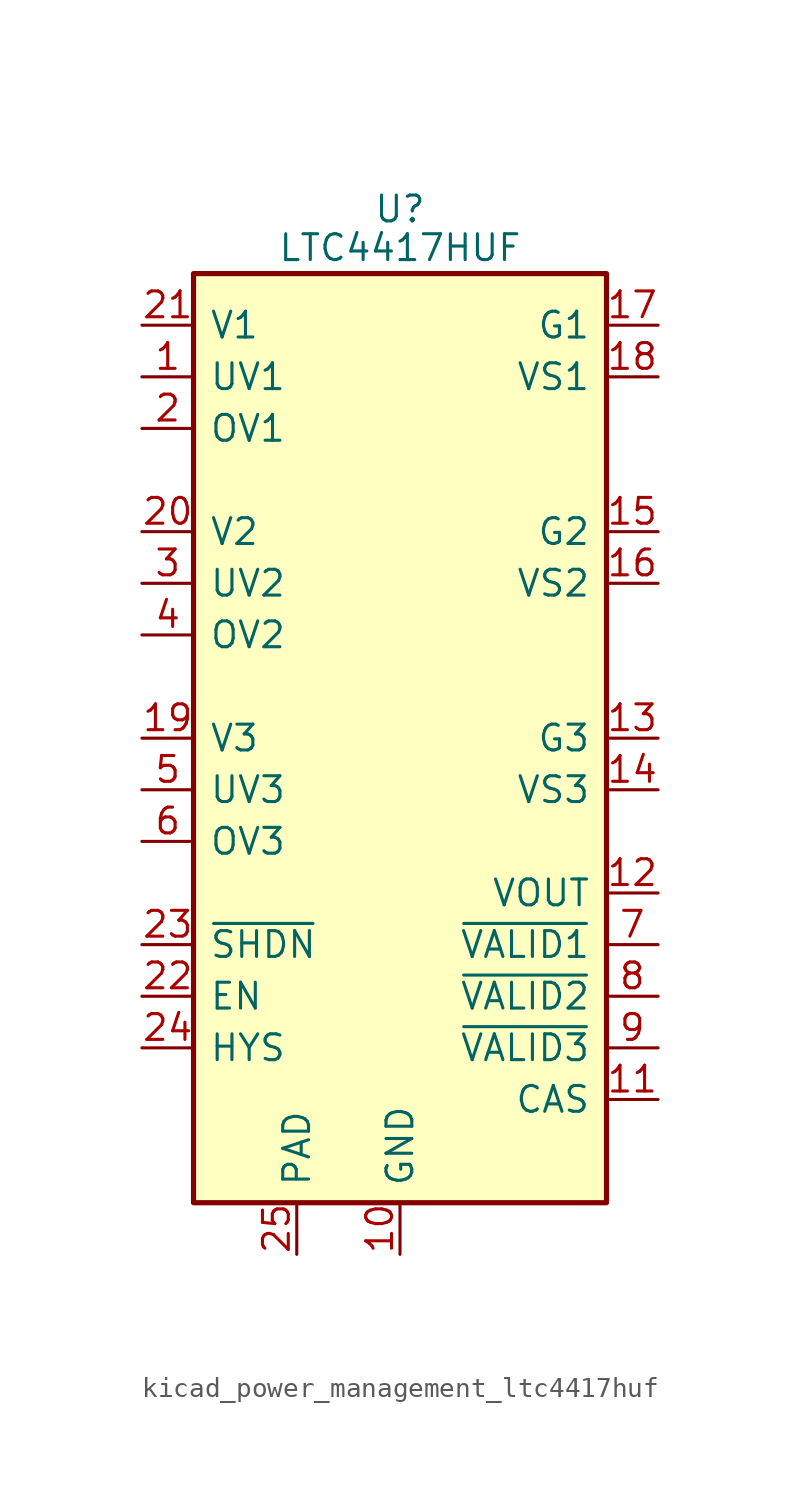
<source format=kicad_sym>
(kicad_symbol_lib
  (version 20220914)
  (generator kicad_symbol_editor)
  (symbol "kicad_power_management_ltc4417huf"
    (pin_names
      (offset 0.762))
    (property "Reference" "U"
      (at 0 26.035 0)
      (effects (font (size 1.27 1.27))))
    (property "Value" "LTC4417HUF"
      (at 0 24.13 0)
      (effects (font (size 1.27 1.27))))
    (symbol "kicad_power_management_ltc4417huf_0_1"
      (rectangle (start -10.16 22.86) (end 10.16 -22.86) (stroke (width 0.254) (type default)) (fill (type background))))
    (symbol "kicad_power_management_ltc4417huf_1_1"
      (pin input line (at -12.7 17.78 0) (length 2.54) (name "UV1" (effects (font (size 1.27 1.27)))) (number "1" (effects (font (size 1.27 1.27)))))
      (pin power_in line (at 0 -25.4 90) (length 2.54) (name "GND" (effects (font (size 1.27 1.27)))) (number "10" (effects (font (size 1.27 1.27)))))
      (pin output line (at 12.7 -17.78 180) (length 2.54) (name "CAS" (effects (font (size 1.27 1.27)))) (number "11" (effects (font (size 1.27 1.27)))))
      (pin output line (at 12.7 -7.62 180) (length 2.54) (name "VOUT" (effects (font (size 1.27 1.27)))) (number "12" (effects (font (size 1.27 1.27)))))
      (pin output line (at 12.7 0 180) (length 2.54) (name "G3" (effects (font (size 1.27 1.27)))) (number "13" (effects (font (size 1.27 1.27)))))
      (pin output line (at 12.7 -2.54 180) (length 2.54) (name "VS3" (effects (font (size 1.27 1.27)))) (number "14" (effects (font (size 1.27 1.27)))))
      (pin output line (at 12.7 10.16 180) (length 2.54) (name "G2" (effects (font (size 1.27 1.27)))) (number "15" (effects (font (size 1.27 1.27)))))
      (pin output line (at 12.7 7.62 180) (length 2.54) (name "VS2" (effects (font (size 1.27 1.27)))) (number "16" (effects (font (size 1.27 1.27)))))
      (pin output line (at 12.7 20.32 180) (length 2.54) (name "G1" (effects (font (size 1.27 1.27)))) (number "17" (effects (font (size 1.27 1.27)))))
      (pin output line (at 12.7 17.78 180) (length 2.54) (name "VS1" (effects (font (size 1.27 1.27)))) (number "18" (effects (font (size 1.27 1.27)))))
      (pin input line (at -12.7 0 0) (length 2.54) (name "V3" (effects (font (size 1.27 1.27)))) (number "19" (effects (font (size 1.27 1.27)))))
      (pin input line (at -12.7 15.24 0) (length 2.54) (name "OV1" (effects (font (size 1.27 1.27)))) (number "2" (effects (font (size 1.27 1.27)))))
      (pin input line (at -12.7 10.16 0) (length 2.54) (name "V2" (effects (font (size 1.27 1.27)))) (number "20" (effects (font (size 1.27 1.27)))))
      (pin input line (at -12.7 20.32 0) (length 2.54) (name "V1" (effects (font (size 1.27 1.27)))) (number "21" (effects (font (size 1.27 1.27)))))
      (pin input line (at -12.7 -12.7 0) (length 2.54) (name "EN" (effects (font (size 1.27 1.27)))) (number "22" (effects (font (size 1.27 1.27)))))
      (pin input line (at -12.7 -10.16 0) (length 2.54) (name "~{SHDN}" (effects (font (size 1.27 1.27)))) (number "23" (effects (font (size 1.27 1.27)))))
      (pin input line (at -12.7 -15.24 0) (length 2.54) (name "HYS" (effects (font (size 1.27 1.27)))) (number "24" (effects (font (size 1.27 1.27)))))
      (pin power_in line (at -5.08 -25.4 90) (length 2.54) (name "PAD" (effects (font (size 1.27 1.27)))) (number "25" (effects (font (size 1.27 1.27)))))
      (pin input line (at -12.7 7.62 0) (length 2.54) (name "UV2" (effects (font (size 1.27 1.27)))) (number "3" (effects (font (size 1.27 1.27)))))
      (pin input line (at -12.7 5.08 0) (length 2.54) (name "OV2" (effects (font (size 1.27 1.27)))) (number "4" (effects (font (size 1.27 1.27)))))
      (pin input line (at -12.7 -2.54 0) (length 2.54) (name "UV3" (effects (font (size 1.27 1.27)))) (number "5" (effects (font (size 1.27 1.27)))))
      (pin input line (at -12.7 -5.08 0) (length 2.54) (name "OV3" (effects (font (size 1.27 1.27)))) (number "6" (effects (font (size 1.27 1.27)))))
      (pin open_collector line (at 12.7 -10.16 180) (length 2.54) (name "~{VALID1}" (effects (font (size 1.27 1.27)))) (number "7" (effects (font (size 1.27 1.27)))))
      (pin open_collector line (at 12.7 -12.7 180) (length 2.54) (name "~{VALID2}" (effects (font (size 1.27 1.27)))) (number "8" (effects (font (size 1.27 1.27)))))
      (pin open_collector line (at 12.7 -15.24 180) (length 2.54) (name "~{VALID3}" (effects (font (size 1.27 1.27)))) (number "9" (effects (font (size 1.27 1.27))))))))
</source>
